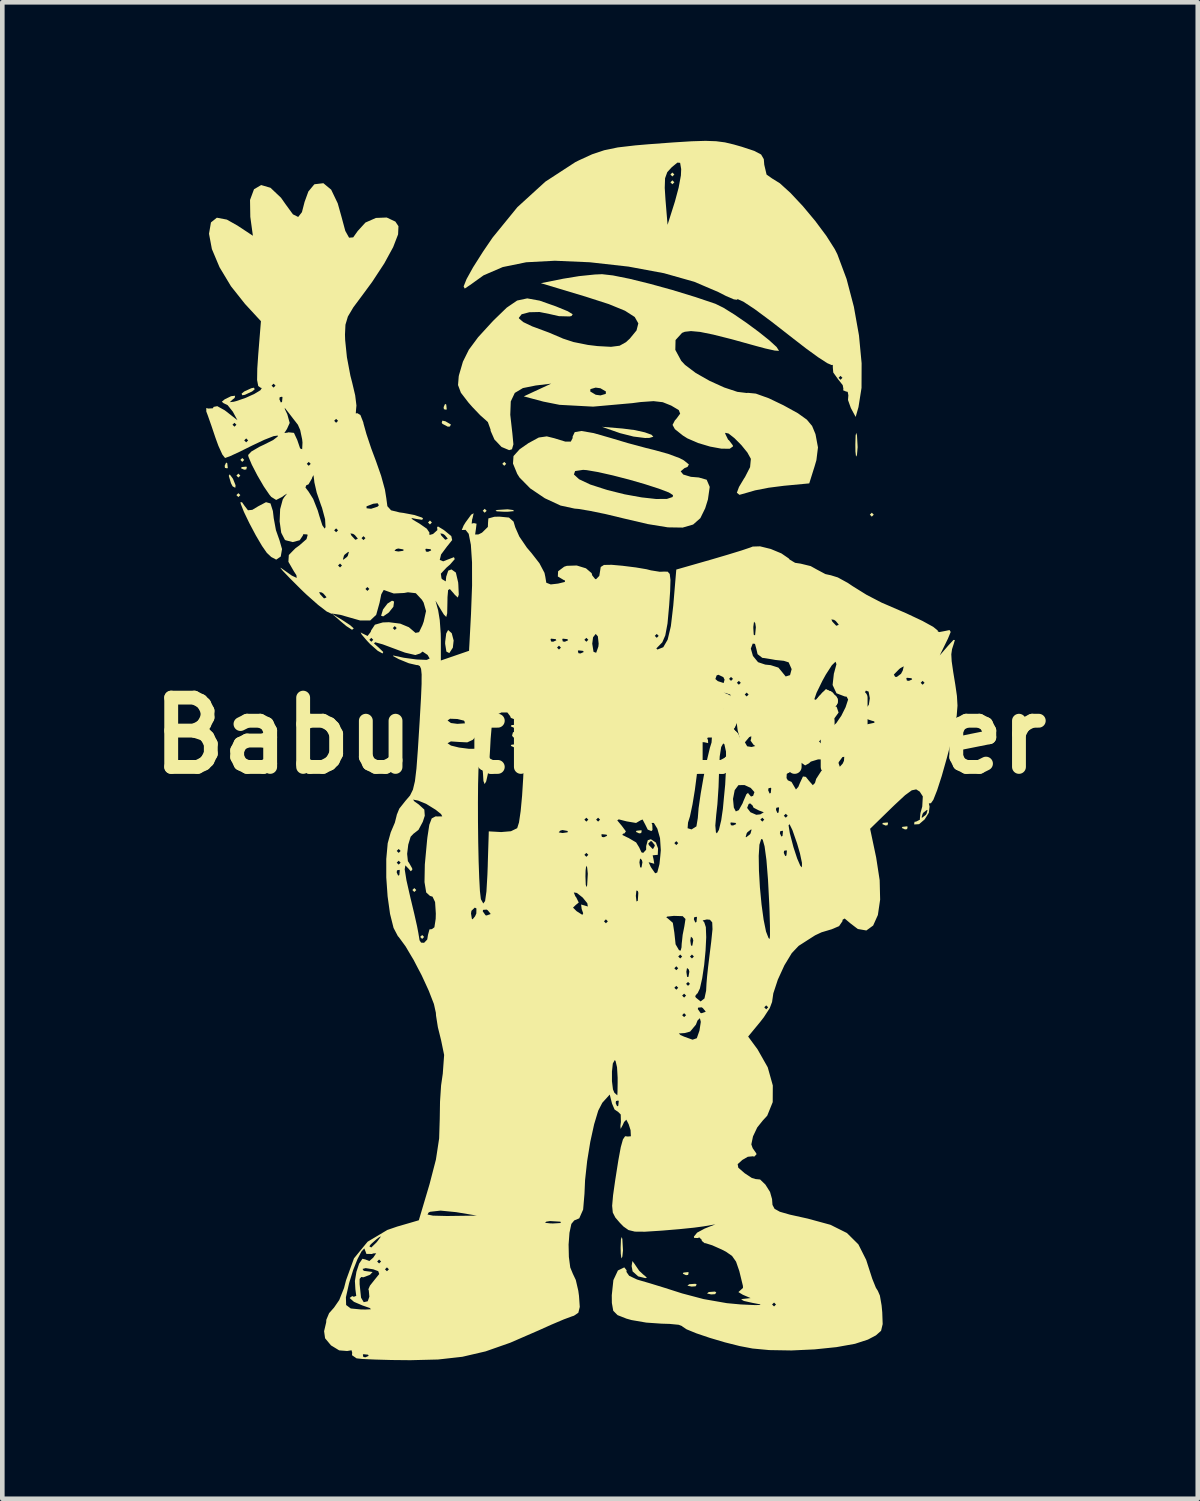
<source format=kicad_pcb>
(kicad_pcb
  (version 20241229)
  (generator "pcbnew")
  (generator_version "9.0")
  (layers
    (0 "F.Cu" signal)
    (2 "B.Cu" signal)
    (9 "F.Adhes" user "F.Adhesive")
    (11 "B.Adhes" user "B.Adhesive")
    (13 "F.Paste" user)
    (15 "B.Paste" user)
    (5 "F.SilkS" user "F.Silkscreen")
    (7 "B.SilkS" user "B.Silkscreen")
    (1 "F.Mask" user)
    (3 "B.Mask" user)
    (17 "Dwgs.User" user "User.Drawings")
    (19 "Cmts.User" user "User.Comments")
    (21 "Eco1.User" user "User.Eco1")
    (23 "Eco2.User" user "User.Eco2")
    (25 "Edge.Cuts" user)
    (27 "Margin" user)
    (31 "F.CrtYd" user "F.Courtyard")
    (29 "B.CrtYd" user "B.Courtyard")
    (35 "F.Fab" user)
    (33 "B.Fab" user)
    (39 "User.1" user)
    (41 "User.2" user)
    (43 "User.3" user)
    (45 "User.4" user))
  (footprint "Babu the Builder"
    (layer "F.Cu")
    (at 9.943 12.878)
    (property "Reference" "Babu the Builder" (at 0 0 0) (layer "F.SilkS") (effects (font (size 1.5 1.5) (thickness 0.3))))
    (attr board_only exclude_from_pos_files exclude_from_bom)
    (fp_poly (pts (xy -7.789 -5.63) (xy -7.832 -5.588) (xy -7.874 -5.63) (xy -7.832 -5.673)) (stroke (width 0) (type solid)) (fill yes) (layer "F.SilkS"))
    (fp_poly (pts (xy -7.789 -5.207) (xy -7.832 -5.165) (xy -7.874 -5.207) (xy -7.832 -5.249)) (stroke (width 0) (type solid)) (fill yes) (layer "F.SilkS"))
    (fp_poly (pts (xy -7.705 -5.969) (xy -7.747 -5.927) (xy -7.789 -5.969) (xy -7.747 -6.011)) (stroke (width 0) (type solid)) (fill yes) (layer "F.SilkS"))
    (fp_poly (pts (xy -3.979 3.344) (xy -4.022 3.387) (xy -4.064 3.344) (xy -4.022 3.302)) (stroke (width 0) (type solid)) (fill yes) (layer "F.SilkS"))
    (fp_poly (pts (xy -3.81 4.36) (xy -3.852 4.403) (xy -3.895 4.36) (xy -3.852 4.318)) (stroke (width 0) (type solid)) (fill yes) (layer "F.SilkS"))
    (fp_poly (pts (xy -3.641 -4.614) (xy -3.683 -4.572) (xy -3.725 -4.614) (xy -3.683 -4.657)) (stroke (width 0) (type solid)) (fill yes) (layer "F.SilkS"))
    (fp_poly (pts (xy -2.455 -4.868) (xy -2.498 -4.826) (xy -2.54 -4.868) (xy -2.498 -4.911)) (stroke (width 0) (type solid)) (fill yes) (layer "F.SilkS"))
    (fp_poly (pts (xy -2.032 -5.884) (xy -2.074 -5.842) (xy -2.117 -5.884) (xy -2.074 -5.927)) (stroke (width 0) (type solid)) (fill yes) (layer "F.SilkS"))
    (fp_poly (pts (xy 1.609 -12.15) (xy 1.566 -12.107) (xy 1.524 -12.15) (xy 1.566 -12.192)) (stroke (width 0) (type solid)) (fill yes) (layer "F.SilkS"))
    (fp_poly (pts (xy 1.609 -11.98) (xy 1.566 -11.938) (xy 1.524 -11.98) (xy 1.566 -12.023)) (stroke (width 0) (type solid)) (fill yes) (layer "F.SilkS"))
    (fp_poly (pts (xy 5.927 -4.784) (xy 5.884 -4.741) (xy 5.842 -4.784) (xy 5.884 -4.826)) (stroke (width 0) (type solid)) (fill yes) (layer "F.SilkS"))
    (fp_poly (pts (xy -8.072 -5.898) (xy -8.061 -5.798) (xy -8.072 -5.786) (xy -8.122 -5.797) (xy -8.128 -5.842) (xy -8.097 -5.912)) (stroke (width 0) (type solid)) (fill yes) (layer "F.SilkS"))
    (fp_poly (pts (xy -7.648 -5.814) (xy -7.66 -5.763) (xy -7.705 -5.757) (xy -7.774 -5.788) (xy -7.761 -5.814) (xy -7.661 -5.824)) (stroke (width 0) (type solid)) (fill yes) (layer "F.SilkS"))
    (fp_poly (pts (xy -3.33 -7.168) (xy -3.32 -7.068) (xy -3.33 -7.056) (xy -3.381 -7.067) (xy -3.387 -7.112) (xy -3.356 -7.182)) (stroke (width 0) (type solid)) (fill yes) (layer "F.SilkS"))
    (fp_poly (pts (xy -1.806 -0.226) (xy -1.818 -0.175) (xy -1.863 -0.169) (xy -1.932 -0.2) (xy -1.919 -0.226) (xy -1.819 -0.236)) (stroke (width 0) (type solid)) (fill yes) (layer "F.SilkS"))
    (fp_poly (pts (xy -1.806 0.198) (xy -1.818 0.248) (xy -1.863 0.254) (xy -1.932 0.223) (xy -1.919 0.198) (xy -1.819 0.187)) (stroke (width 0) (type solid)) (fill yes) (layer "F.SilkS"))
    (fp_poly (pts (xy 0.903 2.06) (xy 0.891 2.111) (xy 0.847 2.117) (xy 0.777 2.086) (xy 0.79 2.06) (xy 0.891 2.05)) (stroke (width 0) (type solid)) (fill yes) (layer "F.SilkS"))
    (fp_poly (pts (xy 1.919 11.628) (xy 1.907 11.678) (xy 1.863 11.684) (xy 1.793 11.653) (xy 1.806 11.628) (xy 1.907 11.617)) (stroke (width 0) (type solid)) (fill yes) (layer "F.SilkS"))
    (fp_poly (pts (xy 2.094 11.887) (xy 2.068 11.925) (xy 1.983 11.931) (xy 1.892 11.911) (xy 1.931 11.88) (xy 2.064 11.87)) (stroke (width 0) (type solid)) (fill yes) (layer "F.SilkS"))
    (fp_poly (pts (xy 2.517 12.056) (xy 2.492 12.095) (xy 2.406 12.101) (xy 2.316 12.08) (xy 2.355 12.049) (xy 2.487 12.039)) (stroke (width 0) (type solid)) (fill yes) (layer "F.SilkS"))
    (fp_poly (pts (xy 6.237 1.891) (xy 6.225 1.941) (xy 6.181 1.947) (xy 6.111 1.916) (xy 6.124 1.891) (xy 6.225 1.881)) (stroke (width 0) (type solid)) (fill yes) (layer "F.SilkS"))
    (fp_poly (pts (xy 6.66 1.976) (xy 6.649 2.026) (xy 6.604 2.032) (xy 6.534 2.001) (xy 6.548 1.976) (xy 6.648 1.965)) (stroke (width 0) (type solid)) (fill yes) (layer "F.SilkS"))
    (fp_poly (pts (xy -7.948 -5.56) (xy -7.892 -5.42) (xy -7.898 -5.366) (xy -7.956 -5.397) (xy -7.991 -5.464) (xy -8.039 -5.625) (xy -8.019 -5.657)) (stroke (width 0) (type solid)) (fill yes) (layer "F.SilkS"))
    (fp_poly (pts (xy -3.349 -6.806) (xy -3.23 -6.737) (xy -3.25 -6.693) (xy -3.297 -6.689) (xy -3.412 -6.75) (xy -3.428 -6.772) (xy -3.415 -6.82)) (stroke (width 0) (type solid)) (fill yes) (layer "F.SilkS"))
    (fp_poly (pts (xy -7.478 -7.498) (xy -7.535 -7.451) (xy -7.69 -7.379) (xy -7.747 -7.369) (xy -7.762 -7.404) (xy -7.705 -7.451) (xy -7.55 -7.522) (xy -7.493 -7.533)) (stroke (width 0) (type solid)) (fill yes) (layer "F.SilkS"))
    (fp_poly (pts (xy -5.567 -2.493) (xy -5.407 -2.387) (xy -5.334 -2.321) (xy -5.334 -2.319) (xy -5.37 -2.291) (xy -5.492 -2.37) (xy -5.6 -2.46) (xy -5.8 -2.635)) (stroke (width 0) (type solid)) (fill yes) (layer "F.SilkS"))
    (fp_poly (pts (xy -4.46 -2.903) (xy -4.475 -2.789) (xy -4.574 -2.665) (xy -4.695 -2.581) (xy -4.741 -2.595) (xy -4.699 -2.731) (xy -4.603 -2.858) (xy -4.504 -2.921)) (stroke (width 0) (type solid)) (fill yes) (layer "F.SilkS"))
    (fp_poly (pts (xy -1.883 -4.884) (xy -1.863 -4.861) (xy -1.985 -4.848) (xy -2.074 -4.847) (xy -2.238 -4.856) (xy -2.263 -4.875) (xy -2.222 -4.886) (xy -2.001 -4.9)) (stroke (width 0) (type solid)) (fill yes) (layer "F.SilkS"))
    (fp_poly (pts (xy -1.729 -0.045) (xy -1.736 0) (xy -1.808 0.081) (xy -1.82 0.085) (xy -1.888 0.026) (xy -1.905 0) (xy -1.885 -0.072) (xy -1.82 -0.085)) (stroke (width 0) (type solid)) (fill yes) (layer "F.SilkS"))
    (fp_poly (pts (xy 0.483 10.901) (xy 0.497 11.148) (xy 0.483 11.282) (xy 0.462 11.322) (xy 0.449 11.216) (xy 0.446 11.091) (xy 0.453 10.908) (xy 0.47 10.858)) (stroke (width 0) (type solid)) (fill yes) (layer "F.SilkS"))
    (fp_poly (pts (xy 5.564 -6.497) (xy 5.578 -6.247) (xy 5.563 -6.074) (xy 5.543 -6.04) (xy 5.53 -6.151) (xy 5.528 -6.308) (xy 5.534 -6.5) (xy 5.549 -6.556)) (stroke (width 0) (type solid)) (fill yes) (layer "F.SilkS"))
    (fp_poly (pts (xy 0.74 11.43) (xy 0.848 11.589) (xy 0.924 11.66) (xy 1.015 11.737) (xy 0.981 11.748) (xy 0.826 11.71) (xy 0.705 11.602) (xy 0.684 11.487) (xy 0.701 11.378)) (stroke (width 0) (type solid)) (fill yes) (layer "F.SilkS"))
    (fp_poly (pts (xy -3.211 -2.216) (xy -3.17 -2.059) (xy -3.187 -1.905) (xy -3.264 -1.786) (xy -3.327 -1.819) (xy -3.354 -1.988) (xy -3.353 -2.032) (xy -3.331 -2.21) (xy -3.29 -2.286) (xy -3.29 -2.286)) (stroke (width 0) (type solid)) (fill yes) (layer "F.SilkS"))
    (fp_poly (pts (xy 0.487 -6.649) (xy 0.753 -6.615) (xy 0.97 -6.566) (xy 1.113 -6.515) (xy 1.154 -6.471) (xy 1.068 -6.446) (xy 0.974 -6.444) (xy 0.725 -6.475) (xy 0.436 -6.548) (xy 0.381 -6.567) (xy 0.042 -6.686)) (stroke (width 0) (type solid)) (fill yes) (layer "F.SilkS"))
    (fp_poly (pts (xy -7.751 -5.051) (xy -7.698 -4.975) (xy -7.624 -4.879) (xy -7.53 -4.888) (xy -7.402 -4.965) (xy -7.233 -5.054) (xy -7.136 -5.027) (xy -7.084 -4.862) (xy -7.066 -4.708) (xy -7.018 -4.448) (xy -6.943 -4.235) (xy -6.941 -4.23) (xy -6.886 -4.038) (xy -6.914 -3.877) (xy -7.012 -3.81) (xy -7.12 -3.867) (xy -7.216 -3.958) (xy -7.319 -4.106) (xy -7.454 -4.336) (xy -7.593 -4.598) (xy -7.71 -4.841) (xy -7.779 -5.014) (xy -7.787 -5.056)) (stroke (width 0) (type solid)) (fill yes) (layer "F.SilkS"))
    (fp_poly (pts (xy -0.138 -6.55) (xy 0.222 -6.447) (xy 0.593 -6.336) (xy 0.991 -6.229) (xy 1.185 -6.181) (xy 1.476 -6.1) (xy 1.718 -6.01) (xy 1.814 -5.96) (xy 1.924 -5.871) (xy 1.895 -5.819) (xy 1.828 -5.791) (xy 1.746 -5.722) (xy 1.802 -5.653) (xy 1.967 -5.603) (xy 2.138 -5.589) (xy 2.309 -5.54) (xy 2.375 -5.385) (xy 2.336 -5.112) (xy 2.277 -4.922) (xy 2.172 -4.708) (xy 2.016 -4.57) (xy 1.79 -4.504) (xy 1.469 -4.509) (xy 1.033 -4.58) (xy 0.508 -4.703) (xy 0.131 -4.794) (xy -0.212 -4.865) (xy -0.468 -4.908) (xy -0.55 -4.915) (xy -0.855 -4.981) (xy -1.195 -5.139) (xy -1.511 -5.352) (xy -1.742 -5.586) (xy -1.785 -5.654) (xy -0.566 -5.654) (xy -0.454 -5.551) (xy -0.213 -5.437) (xy -0.207 -5.435) (xy 0.155 -5.318) (xy 0.534 -5.224) (xy 0.898 -5.158) (xy 1.214 -5.123) (xy 1.449 -5.125) (xy 1.572 -5.166) (xy 1.58 -5.207) (xy 1.491 -5.264) (xy 1.276 -5.346) (xy 0.975 -5.443) (xy 0.629 -5.543) (xy 0.276 -5.634) (xy -0.043 -5.706) (xy -0.288 -5.748) (xy -0.367 -5.754) (xy -0.54 -5.728) (xy -0.566 -5.654) (xy -1.785 -5.654) (xy -1.793 -5.666) (xy -1.885 -5.89) (xy -1.874 -6.052) (xy -1.741 -6.2) (xy -1.55 -6.333) (xy -1.327 -6.454) (xy -1.153 -6.479) (xy -0.991 -6.439) (xy -0.753 -6.366) (xy -0.633 -6.366) (xy -0.594 -6.441) (xy -0.593 -6.477) (xy -0.548 -6.571) (xy -0.403 -6.596)) (stroke (width 0) (type solid)) (fill yes) (layer "F.SilkS"))
    (fp_poly (pts (xy 2.513 -12.87) (xy 2.705 -12.845) (xy 2.894 -12.8) (xy 3.069 -12.75) (xy 3.341 -12.66) (xy 3.488 -12.582) (xy 3.546 -12.482) (xy 3.556 -12.361) (xy 3.606 -12.148) (xy 3.722 -12.066) (xy 3.893 -11.96) (xy 4.126 -11.748) (xy 4.392 -11.464) (xy 4.66 -11.143) (xy 4.9 -10.821) (xy 5.083 -10.533) (xy 5.138 -10.424) (xy 5.338 -9.888) (xy 5.496 -9.287) (xy 5.607 -8.664) (xy 5.664 -8.063) (xy 5.662 -7.529) (xy 5.596 -7.112) (xy 5.535 -6.9) (xy 5.431 -7.093) (xy 5.369 -7.267) (xy 5.377 -7.368) (xy 5.363 -7.443) (xy 5.325 -7.451) (xy 5.259 -7.48) (xy 5.271 -7.5) (xy 5.255 -7.588) (xy 5.155 -7.715) (xy 5.132 -7.747) (xy 5.165 -7.747) (xy 5.207 -7.705) (xy 5.249 -7.747) (xy 5.207 -7.789) (xy 5.165 -7.747) (xy 5.132 -7.747) (xy 5.05 -7.862) (xy 5.041 -7.964) (xy 5.04 -8.027) (xy 5.013 -8.024) (xy 4.919 -8.065) (xy 4.723 -8.192) (xy 4.456 -8.386) (xy 4.181 -8.599) (xy 3.71 -8.966) (xy 3.35 -9.233) (xy 3.105 -9.395) (xy 2.98 -9.451) (xy 2.963 -9.437) (xy 2.897 -9.446) (xy 2.725 -9.52) (xy 2.561 -9.604) (xy 2.042 -9.826) (xy 1.385 -10.012) (xy 0.617 -10.155) (xy -0.221 -10.249) (xy -0.978 -10.282) (xy -1.599 -10.249) (xy -2.107 -10.145) (xy -2.522 -9.966) (xy -2.815 -9.756) (xy -2.93 -9.679) (xy -2.954 -9.726) (xy -2.891 -9.884) (xy -2.749 -10.14) (xy -2.534 -10.479) (xy -2.326 -10.784) (xy -1.79 -11.442) (xy -1.333 -11.859) (xy 1.401 -11.859) (xy 1.417 -11.605) (xy 1.462 -11.06) (xy 1.621 -11.563) (xy 1.702 -11.865) (xy 1.751 -12.129) (xy 1.757 -12.266) (xy 1.734 -12.402) (xy 1.675 -12.407) (xy 1.554 -12.308) (xy 1.456 -12.201) (xy 1.408 -12.068) (xy 1.401 -11.859) (xy -1.333 -11.859) (xy -1.182 -11.996) (xy -0.537 -12.416) (xy -0.455 -12.457) (xy -0.172 -12.587) (xy 0.091 -12.675) (xy 0.385 -12.736) (xy 0.765 -12.78) (xy 1.045 -12.804) (xy 1.583 -12.844) (xy 1.985 -12.869) (xy 2.284 -12.878)) (stroke (width 0) (type solid)) (fill yes) (layer "F.SilkS"))
    (fp_poly (pts (xy 0.279 -9.964) (xy 0.637 -9.892) (xy 1.079 -9.783) (xy 1.568 -9.648) (xy 2.065 -9.496) (xy 2.498 -9.35) (xy 2.669 -9.266) (xy 2.906 -9.119) (xy 3.173 -8.936) (xy 3.437 -8.741) (xy 3.665 -8.559) (xy 3.822 -8.415) (xy 3.874 -8.335) (xy 3.872 -8.331) (xy 3.783 -8.337) (xy 3.58 -8.382) (xy 3.383 -8.435) (xy 2.849 -8.583) (xy 2.451 -8.683) (xy 2.166 -8.741) (xy 1.969 -8.759) (xy 1.836 -8.744) (xy 1.776 -8.72) (xy 1.635 -8.565) (xy 1.63 -8.352) (xy 1.758 -8.115) (xy 1.841 -8.026) (xy 2.072 -7.852) (xy 2.371 -7.682) (xy 2.688 -7.538) (xy 2.974 -7.443) (xy 3.179 -7.418) (xy 3.201 -7.422) (xy 3.374 -7.405) (xy 3.655 -7.304) (xy 3.972 -7.152) (xy 4.284 -6.98) (xy 4.478 -6.841) (xy 4.592 -6.704) (xy 4.663 -6.533) (xy 4.667 -6.518) (xy 4.719 -6.24) (xy 4.685 -5.964) (xy 4.646 -5.83) (xy 4.53 -5.461) (xy 3.979 -5.409) (xy 3.651 -5.367) (xy 3.358 -5.31) (xy 3.196 -5.263) (xy 3.019 -5.213) (xy 2.963 -5.258) (xy 2.963 -5.26) (xy 3.009 -5.384) (xy 3.12 -5.57) (xy 3.138 -5.596) (xy 3.249 -5.813) (xy 3.266 -5.993) (xy 3.264 -5.996) (xy 3.19 -6.13) (xy 3.06 -6.29) (xy 2.912 -6.439) (xy 2.784 -6.54) (xy 2.714 -6.556) (xy 2.709 -6.54) (xy 2.772 -6.41) (xy 2.794 -6.392) (xy 2.875 -6.285) (xy 2.879 -6.262) (xy 2.808 -6.211) (xy 2.627 -6.213) (xy 2.382 -6.258) (xy 2.121 -6.336) (xy 1.889 -6.437) (xy 1.794 -6.497) (xy 1.621 -6.635) (xy 1.57 -6.727) (xy 1.619 -6.822) (xy 1.653 -6.86) (xy 1.735 -6.971) (xy 1.705 -7.048) (xy 1.544 -7.144) (xy 1.535 -7.148) (xy 1.358 -7.219) (xy 1.158 -7.242) (xy 0.876 -7.222) (xy 0.702 -7.199) (xy -0.15 -7.123) (xy -0.877 -7.162) (xy -1.228 -7.232) (xy -1.651 -7.345) (xy -1.425 -7.451) (xy -0.212 -7.451) (xy -0.093 -7.38) (xy 0.01 -7.366) (xy 0.124 -7.399) (xy 0.127 -7.451) (xy 0.008 -7.521) (xy -0.095 -7.535) (xy -0.209 -7.502) (xy -0.212 -7.451) (xy -1.425 -7.451) (xy -1.355 -7.483) (xy -1.058 -7.621) (xy -1.391 -7.581) (xy -1.67 -7.525) (xy -1.846 -7.42) (xy -1.933 -7.236) (xy -1.944 -6.946) (xy -1.898 -6.54) (xy -1.876 -6.307) (xy -1.907 -6.2) (xy -1.968 -6.181) (xy -2.133 -6.25) (xy -2.287 -6.412) (xy -2.369 -6.598) (xy -2.371 -6.628) (xy -2.429 -6.788) (xy -2.477 -6.833) (xy -2.592 -6.934) (xy -2.764 -7.114) (xy -2.85 -7.212) (xy -3.013 -7.424) (xy -3.075 -7.59) (xy -3.06 -7.779) (xy -3.054 -7.807) (xy -2.969 -8.097) (xy -2.841 -8.355) (xy -2.641 -8.625) (xy -2.341 -8.953) (xy -2.3 -8.996) (xy -2.02 -9.267) (xy -1.796 -9.42) (xy -1.576 -9.467) (xy -1.307 -9.418) (xy -0.956 -9.294) (xy -0.7 -9.189) (xy -0.592 -9.123) (xy -0.618 -9.085) (xy -0.661 -9.076) (xy -0.889 -9.082) (xy -1.092 -9.128) (xy -1.311 -9.172) (xy -1.531 -9.167) (xy -1.698 -9.123) (xy -1.758 -9.046) (xy -1.756 -9.034) (xy -1.663 -8.954) (xy -1.469 -8.861) (xy -1.392 -8.833) (xy -1.105 -8.726) (xy -0.836 -8.612) (xy -0.804 -8.597) (xy -0.576 -8.522) (xy -0.262 -8.459) (xy -0.054 -8.434) (xy 0.238 -8.418) (xy 0.424 -8.442) (xy 0.56 -8.518) (xy 0.644 -8.595) (xy 0.79 -8.773) (xy 0.829 -8.926) (xy 0.751 -9.064) (xy 0.541 -9.199) (xy 0.19 -9.343) (xy -0.316 -9.506) (xy -0.323 -9.508) (xy -1.281 -9.796) (xy -0.796 -9.893) (xy -0.453 -9.949) (xy -0.113 -9.984) (xy 0.044 -9.991)) (stroke (width 0) (type solid)) (fill yes) (layer "F.SilkS"))
    (fp_poly (pts (xy -5.822 -11.821) (xy -5.68 -11.525) (xy -5.599 -11.236) (xy -5.516 -10.928) (xy -5.434 -10.781) (xy -5.345 -10.788) (xy -5.247 -10.926) (xy -5.08 -11.109) (xy -4.853 -11.209) (xy -4.619 -11.218) (xy -4.432 -11.13) (xy -4.365 -11.03) (xy -4.373 -10.853) (xy -4.48 -10.576) (xy -4.672 -10.224) (xy -4.935 -9.823) (xy -5.138 -9.547) (xy -5.342 -9.273) (xy -5.46 -9.074) (xy -5.513 -8.896) (xy -5.523 -8.683) (xy -5.519 -8.563) (xy -5.481 -8.192) (xy -5.406 -7.794) (xy -5.367 -7.643) (xy -5.302 -7.368) (xy -5.275 -7.148) (xy -5.283 -7.061) (xy -5.289 -6.976) (xy -5.255 -6.981) (xy -5.189 -6.942) (xy -5.127 -6.784) (xy -5.121 -6.753) (xy -5.058 -6.528) (xy -4.955 -6.219) (xy -4.852 -5.944) (xy -4.74 -5.624) (xy -4.658 -5.326) (xy -4.628 -5.139) (xy -4.605 -4.967) (xy -4.525 -4.878) (xy -4.339 -4.832) (xy -4.256 -4.821) (xy -4.019 -4.776) (xy -3.858 -4.722) (xy -3.833 -4.704) (xy -3.851 -4.672) (xy -3.979 -4.691) (xy -4.087 -4.712) (xy -4.056 -4.676) (xy -3.913 -4.592) (xy -3.75 -4.479) (xy -3.691 -4.389) (xy -3.698 -4.373) (xy -3.691 -4.344) (xy -3.617 -4.365) (xy -3.602 -4.378) (xy -3.458 -4.378) (xy -3.437 -4.331) (xy -3.352 -4.24) (xy -3.303 -4.259) (xy -3.302 -4.271) (xy -3.362 -4.342) (xy -3.4 -4.368) (xy -3.458 -4.378) (xy -3.602 -4.378) (xy -3.522 -4.45) (xy -3.528 -4.511) (xy -3.51 -4.529) (xy -3.392 -4.458) (xy -3.365 -4.438) (xy -3.221 -4.32) (xy -3.202 -4.234) (xy -3.298 -4.113) (xy -3.309 -4.101) (xy -3.442 -3.922) (xy -3.471 -3.803) (xy -3.396 -3.773) (xy -3.302 -3.81) (xy -3.163 -3.863) (xy -3.146 -3.821) (xy -3.249 -3.703) (xy -3.323 -3.639) (xy -3.447 -3.506) (xy -3.433 -3.403) (xy -3.416 -3.384) (xy -3.341 -3.339) (xy -3.331 -3.441) (xy -3.287 -3.572) (xy -3.217 -3.598) (xy -3.122 -3.53) (xy -3.072 -3.315) (xy -3.068 -3.26) (xy -3.059 -3.052) (xy -3.08 -2.989) (xy -3.144 -3.048) (xy -3.174 -3.085) (xy -3.252 -3.173) (xy -3.29 -3.151) (xy -3.303 -2.997) (xy -3.305 -2.874) (xy -3.31 -2.647) (xy -3.33 -2.569) (xy -3.381 -2.62) (xy -3.436 -2.709) (xy -3.563 -2.921) (xy -3.505 -2.71) (xy -3.471 -2.501) (xy -3.45 -2.21) (xy -3.447 -2.063) (xy -3.447 -1.626) (xy -3.142 -1.731) (xy -2.843 -1.834) (xy -0.48 -1.834) (xy -0.468 -1.784) (xy -0.423 -1.778) (xy -0.354 -1.809) (xy -0.367 -1.834) (xy -0.467 -1.845) (xy -0.48 -1.834) (xy -2.843 -1.834) (xy -2.836 -1.837) (xy -2.833 -1.905) (xy -0.931 -1.905) (xy -0.889 -1.863) (xy -0.847 -1.905) (xy -0.889 -1.947) (xy -0.931 -1.905) (xy -2.833 -1.905) (xy -2.828 -1.99) (xy -0.169 -1.99) (xy -0.141 -1.814) (xy -0.084 -1.793) (xy -0.036 -1.927) (xy -0.03 -1.99) (xy -0.047 -2.148) (xy -0.056 -2.159) (xy 1.185 -2.159) (xy 1.228 -2.117) (xy 1.27 -2.159) (xy 1.228 -2.201) (xy 1.185 -2.159) (xy -0.056 -2.159) (xy -0.094 -2.201) (xy -0.151 -2.129) (xy -0.169 -1.99) (xy -2.828 -1.99) (xy -2.823 -2.088) (xy -1.072 -2.088) (xy -1.061 -2.038) (xy -1.016 -2.032) (xy -0.946 -2.063) (xy -0.96 -2.088) (xy -0.818 -2.088) (xy -0.807 -2.038) (xy -0.762 -2.032) (xy -0.692 -2.063) (xy -0.698 -2.074) (xy -0.339 -2.074) (xy -0.296 -2.032) (xy -0.254 -2.074) (xy -0.296 -2.117) (xy -0.339 -2.074) (xy -0.698 -2.074) (xy -0.706 -2.088) (xy -0.806 -2.099) (xy -0.818 -2.088) (xy -0.96 -2.088) (xy -1.06 -2.099) (xy -1.072 -2.088) (xy -2.823 -2.088) (xy -2.794 -2.633) (xy -2.771 -3.25) (xy -2.772 -3.753) (xy -2.797 -4.131) (xy -2.844 -4.369) (xy -2.913 -4.456) (xy -2.931 -4.453) (xy -2.994 -4.452) (xy -2.953 -4.551) (xy -2.912 -4.617) (xy -2.79 -4.784) (xy -2.737 -4.814) (xy -2.761 -4.705) (xy -2.769 -4.685) (xy -2.78 -4.59) (xy -2.732 -4.601) (xy -2.674 -4.588) (xy -2.687 -4.478) (xy -2.705 -4.354) (xy -2.632 -4.356) (xy -2.556 -4.394) (xy -2.429 -4.518) (xy -2.425 -4.616) (xy -2.418 -4.702) (xy -2.288 -4.738) (xy -2.179 -4.741) (xy -1.972 -4.721) (xy -1.873 -4.634) (xy -1.835 -4.508) (xy -1.748 -4.31) (xy -1.584 -4.069) (xy -1.485 -3.953) (xy -1.312 -3.731) (xy -1.203 -3.524) (xy -1.185 -3.439) (xy -1.164 -3.31) (xy -1.068 -3.273) (xy -0.91 -3.291) (xy -0.761 -3.327) (xy -0.761 -3.361) (xy -0.783 -3.367) (xy -0.914 -3.445) (xy -0.908 -3.558) (xy -0.776 -3.657) (xy -0.718 -3.676) (xy -0.505 -3.683) (xy -0.305 -3.622) (xy -0.182 -3.517) (xy -0.169 -3.468) (xy -0.105 -3.389) (xy -0.085 -3.387) (xy -0.016 -3.458) (xy 0 -3.557) (xy 0.015 -3.651) (xy 0.085 -3.695) (xy 0.251 -3.698) (xy 0.487 -3.677) (xy 0.776 -3.641) (xy 1.007 -3.602) (xy 1.101 -3.578) (xy 1.294 -3.547) (xy 1.389 -3.551) (xy 1.465 -3.549) (xy 1.509 -3.5) (xy 1.525 -3.371) (xy 1.518 -3.131) (xy 1.497 -2.824) (xy 1.461 -2.427) (xy 1.413 -2.17) (xy 1.348 -2.019) (xy 1.299 -1.969) (xy 1.219 -1.887) (xy 1.243 -1.863) (xy 1.295 -1.884) (xy 3.265 -1.884) (xy 3.311 -1.724) (xy 3.421 -1.59) (xy 3.423 -1.589) (xy 3.578 -1.537) (xy 3.695 -1.525) (xy 3.862 -1.472) (xy 3.925 -1.397) (xy 4.02 -1.28) (xy 4.114 -1.309) (xy 4.149 -1.439) (xy 4.084 -1.586) (xy 3.979 -1.619) (xy 3.796 -1.638) (xy 3.725 -1.651) (xy 3.567 -1.677) (xy 3.514 -1.683) (xy 3.411 -1.763) (xy 3.387 -1.868) (xy 3.355 -1.986) (xy 3.306 -1.992) (xy 3.265 -1.884) (xy 1.295 -1.884) (xy 1.369 -1.913) (xy 1.464 -2.077) (xy 1.524 -2.328) (xy 3.319 -2.328) (xy 3.328 -2.184) (xy 3.354 -2.171) (xy 3.358 -2.179) (xy 3.374 -2.347) (xy 3.361 -2.433) (xy 3.334 -2.467) (xy 3.319 -2.355) (xy 3.319 -2.328) (xy 1.524 -2.328) (xy 1.534 -2.373) (xy 1.551 -2.516) (xy 5.009 -2.516) (xy 5.03 -2.468) (xy 5.115 -2.378) (xy 5.164 -2.396) (xy 5.165 -2.408) (xy 5.105 -2.48) (xy 5.067 -2.506) (xy 5.009 -2.516) (xy 1.551 -2.516) (xy 1.586 -2.818) (xy 1.588 -2.844) (xy 1.651 -3.595) (xy 2.413 -3.813) (xy 2.762 -3.916) (xy 3.059 -4.007) (xy 3.258 -4.074) (xy 3.306 -4.093) (xy 3.465 -4.098) (xy 3.696 -4.041) (xy 3.927 -3.945) (xy 4.086 -3.836) (xy 4.106 -3.811) (xy 4.224 -3.741) (xy 4.344 -3.723) (xy 4.561 -3.67) (xy 4.694 -3.596) (xy 4.88 -3.497) (xy 4.999 -3.471) (xy 5.148 -3.425) (xy 5.365 -3.306) (xy 5.469 -3.236) (xy 5.768 -3.05) (xy 6.099 -2.878) (xy 6.181 -2.843) (xy 6.631 -2.648) (xy 6.981 -2.483) (xy 7.214 -2.355) (xy 7.313 -2.275) (xy 7.311 -2.26) (xy 7.342 -2.241) (xy 7.451 -2.261) (xy 7.568 -2.285) (xy 7.593 -2.244) (xy 7.534 -2.101) (xy 7.496 -2.023) (xy 7.356 -1.736) (xy 7.538 -1.947) (xy 7.654 -2.072) (xy 7.683 -2.069) (xy 7.66 -1.99) (xy 7.622 -1.872) (xy 7.606 -1.761) (xy 7.614 -1.61) (xy 7.648 -1.374) (xy 7.693 -1.101) (xy 7.728 -0.858) (xy 7.74 -0.649) (xy 7.723 -0.431) (xy 7.673 -0.161) (xy 7.584 0.203) (xy 7.508 0.49) (xy 7.399 0.875) (xy 7.299 1.184) (xy 7.217 1.391) (xy 7.164 1.466) (xy 7.158 1.464) (xy 7.12 1.469) (xy 7.135 1.537) (xy 7.12 1.671) (xy 7.029 1.815) (xy 6.909 1.918) (xy 6.807 1.924) (xy 6.801 1.919) (xy 6.81 1.867) (xy 6.844 1.863) (xy 6.926 1.821) (xy 6.926 1.799) (xy 6.928 1.772) (xy 6.963 1.772) (xy 6.975 1.778) (xy 7.052 1.718) (xy 7.07 1.693) (xy 7.091 1.614) (xy 7.08 1.609) (xy 7.002 1.668) (xy 6.985 1.693) (xy 6.963 1.772) (xy 6.928 1.772) (xy 6.938 1.678) (xy 6.977 1.536) (xy 6.989 1.317) (xy 6.922 1.213) (xy 6.846 1.165) (xy 6.75 1.185) (xy 6.605 1.291) (xy 6.38 1.5) (xy 6.324 1.554) (xy 5.848 2.018) (xy 5.979 2.639) (xy 6.055 3.132) (xy 6.065 3.552) (xy 6.016 3.885) (xy 5.914 4.113) (xy 5.767 4.22) (xy 5.581 4.188) (xy 5.419 4.064) (xy 5.297 3.961) (xy 5.252 3.988) (xy 5.249 4.02) (xy 5.176 4.126) (xy 5.016 4.194) (xy 4.795 4.26) (xy 4.657 4.325) (xy 4.494 4.429) (xy 4.301 4.553) (xy 4.152 4.71) (xy 3.992 4.974) (xy 3.85 5.284) (xy 3.752 5.582) (xy 3.725 5.768) (xy 3.675 5.901) (xy 3.546 6.1) (xy 3.466 6.203) (xy 3.207 6.517) (xy 3.41 6.793) (xy 3.631 7.183) (xy 3.741 7.576) (xy 3.739 7.937) (xy 3.62 8.231) (xy 3.526 8.333) (xy 3.404 8.485) (xy 3.312 8.679) (xy 3.276 8.852) (xy 3.305 8.934) (xy 3.384 9.047) (xy 3.387 9.069) (xy 3.336 9.119) (xy 3.314 9.109) (xy 3.2 9.12) (xy 3.082 9.188) (xy 2.98 9.28) (xy 2.994 9.357) (xy 3.131 9.476) (xy 3.287 9.579) (xy 3.377 9.605) (xy 3.379 9.604) (xy 3.466 9.612) (xy 3.581 9.723) (xy 3.681 9.882) (xy 3.725 10.038) (xy 3.725 10.041) (xy 3.734 10.162) (xy 3.779 10.247) (xy 3.894 10.311) (xy 4.11 10.373) (xy 4.457 10.45) (xy 4.494 10.458) (xy 4.989 10.593) (xy 5.346 10.771) (xy 5.594 11.017) (xy 5.763 11.353) (xy 5.809 11.497) (xy 5.895 11.763) (xy 5.973 11.956) (xy 6.016 12.024) (xy 6.06 12.127) (xy 6.097 12.341) (xy 6.111 12.489) (xy 6.12 12.743) (xy 6.085 12.889) (xy 5.973 12.988) (xy 5.8 13.079) (xy 5.521 13.17) (xy 5.12 13.242) (xy 4.645 13.291) (xy 4.144 13.314) (xy 3.663 13.306) (xy 3.302 13.272) (xy 3.024 13.219) (xy 2.702 13.138) (xy 2.375 13.041) (xy 2.085 12.943) (xy 1.873 12.856) (xy 1.779 12.793) (xy 1.778 12.787) (xy 1.702 12.758) (xy 1.505 12.739) (xy 1.333 12.734) (xy 1.002 12.711) (xy 0.682 12.656) (xy 0.572 12.625) (xy 0.379 12.549) (xy 0.286 12.455) (xy 0.256 12.286) (xy 0.254 12.118) (xy 0.289 11.791) (xy 0.387 11.582) (xy 0.525 11.515) (xy 0.575 11.578) (xy 0.572 11.614) (xy 0.63 11.697) (xy 0.801 11.778) (xy 0.847 11.792) (xy 1.074 11.858) (xy 1.396 11.957) (xy 1.746 12.069) (xy 1.778 12.079) (xy 2.243 12.202) (xy 2.746 12.29) (xy 3.048 12.318) (xy 3.342 12.331) (xy 3.476 12.33) (xy 3.464 12.319) (xy 3.725 12.319) (xy 3.768 12.361) (xy 3.81 12.319) (xy 3.768 12.277) (xy 3.725 12.319) (xy 3.464 12.319) (xy 3.459 12.314) (xy 3.302 12.284) (xy 3.115 12.242) (xy 3.055 12.21) (xy 3.09 12.199) (xy 3.26 12.18) (xy 3.09 12.107) (xy 2.996 12.05) (xy 3.019 12.029) (xy 3.095 11.96) (xy 3.094 11.917) (xy 3.015 11.593) (xy 2.945 11.391) (xy 2.858 11.267) (xy 2.727 11.176) (xy 2.638 11.13) (xy 2.429 11.037) (xy 2.286 10.992) (xy 2.265 10.991) (xy 2.204 10.942) (xy 2.201 10.917) (xy 2.149 10.866) (xy 2.117 10.88) (xy 2.038 10.877) (xy 2.032 10.849) (xy 2.102 10.763) (xy 2.265 10.675) (xy 2.498 10.583) (xy 2.244 10.627) (xy 2.037 10.655) (xy 1.723 10.687) (xy 1.366 10.717) (xy 1.312 10.721) (xy 0.972 10.743) (xy 0.755 10.741) (xy 0.616 10.707) (xy 0.508 10.631) (xy 0.43 10.551) (xy 0.331 10.436) (xy 0.276 10.328) (xy 0.262 10.182) (xy 0.282 9.954) (xy 0.328 9.631) (xy 0.396 9.199) (xy 0.449 8.911) (xy 0.496 8.744) (xy 0.543 8.675) (xy 0.596 8.681) (xy 0.599 8.682) (xy 0.668 8.676) (xy 0.661 8.544) (xy 0.62 8.416) (xy 0.569 8.317) (xy 0.52 8.368) (xy 0.492 8.431) (xy 0.446 8.517) (xy 0.441 8.452) (xy 0.452 8.365) (xy 0.448 8.205) (xy 0.397 8.153) (xy 0.314 8.096) (xy 0.261 7.972) (xy 0.257 7.959) (xy 0.339 7.959) (xy 0.37 8.028) (xy 0.395 8.015) (xy 0.405 7.915) (xy 0.395 7.902) (xy 0.345 7.914) (xy 0.339 7.959) (xy 0.257 7.959) (xy 0.21 7.773) (xy 0.049 7.951) (xy -0.039 8.121) (xy -0.128 8.417) (xy -0.211 8.795) (xy -0.279 9.212) (xy -0.324 9.625) (xy -0.337 9.92) (xy -0.366 10.263) (xy -0.45 10.453) (xy -0.559 10.499) (xy -0.621 10.574) (xy -0.662 10.766) (xy -0.681 11.021) (xy -0.675 11.289) (xy -0.645 11.517) (xy -0.589 11.653) (xy -0.588 11.655) (xy -0.525 11.788) (xy -0.471 12.021) (xy -0.456 12.13) (xy -0.439 12.371) (xy -0.47 12.498) (xy -0.565 12.562) (xy -0.609 12.576) (xy -0.786 12.642) (xy -1.055 12.756) (xy -1.326 12.878) (xy -1.945 13.147) (xy -2.478 13.334) (xy -2.981 13.451) (xy -3.507 13.51) (xy -4.106 13.525) (xy -4.517 13.521) (xy -4.874 13.511) (xy -5.14 13.499) (xy -5.272 13.485) (xy -5.371 13.417) (xy -5.37 13.406) (xy -5.136 13.406) (xy -5.125 13.456) (xy -5.08 13.462) (xy -5.01 13.431) (xy -5.024 13.406) (xy -5.124 13.395) (xy -5.136 13.406) (xy -5.37 13.406) (xy -5.367 13.362) (xy -5.381 13.31) (xy -5.476 13.326) (xy -5.649 13.312) (xy -5.826 13.204) (xy -5.954 13.05) (xy -5.975 12.898) (xy -5.975 12.896) (xy -5.93 12.705) (xy -5.927 12.65) (xy -5.867 12.507) (xy -5.76 12.386) (xy -5.647 12.222) (xy -5.624 12.163) (xy -5.503 12.163) (xy -5.498 12.33) (xy -5.398 12.405) (xy -5.181 12.426) (xy -5.08 12.428) (xy -4.96 12.422) (xy -4.985 12.395) (xy -5.144 12.34) (xy -5.329 12.261) (xy -5.417 12.183) (xy -5.419 12.175) (xy -5.366 12.137) (xy -5.331 12.152) (xy -5.279 12.132) (xy -5.298 11.986) (xy -5.304 11.877) (xy -5.206 11.877) (xy -5.185 12.077) (xy -5.175 12.171) (xy -5.117 12.269) (xy -5.03 12.249) (xy -4.995 12.15) (xy -5.007 12.016) (xy -5.016 11.989) (xy -4.982 11.91) (xy -4.883 11.785) (xy -4.781 11.659) (xy -4.803 11.597) (xy -4.911 11.557) (xy -4.657 11.557) (xy -4.614 11.599) (xy -4.572 11.557) (xy -4.614 11.515) (xy -4.657 11.557) (xy -4.911 11.557) (xy -4.911 11.557) (xy -5.074 11.531) (xy -5.143 11.549) (xy -5.116 11.59) (xy -5.031 11.601) (xy -4.925 11.615) (xy -4.977 11.671) (xy -4.991 11.68) (xy -5.126 11.73) (xy -5.17 11.723) (xy -5.206 11.765) (xy -5.206 11.877) (xy -5.304 11.877) (xy -5.308 11.81) (xy -5.275 11.61) (xy -5.216 11.433) (xy -5.185 11.388) (xy -4.826 11.388) (xy -4.784 11.43) (xy -4.741 11.388) (xy -4.784 11.345) (xy -4.826 11.388) (xy -5.185 11.388) (xy -5.145 11.329) (xy -5.081 11.344) (xy -4.996 11.378) (xy -4.912 11.305) (xy -4.847 11.21) (xy -4.908 11.213) (xy -4.941 11.225) (xy -5.059 11.224) (xy -5.08 11.166) (xy -5.104 11.105) (xy -5.167 11.172) (xy -5.253 11.338) (xy -5.345 11.57) (xy -5.428 11.837) (xy -5.437 11.871) (xy -5.503 12.163) (xy -5.624 12.163) (xy -5.543 11.961) (xy -5.5 11.794) (xy -5.328 11.32) (xy -5.115 11.059) (xy -4.995 11.059) (xy -4.954 11.085) (xy -4.842 10.976) (xy -4.815 10.943) (xy -4.742 10.843) (xy -4.786 10.864) (xy -4.847 10.911) (xy -4.964 11.016) (xy -4.995 11.059) (xy -5.115 11.059) (xy -5.032 10.959) (xy -4.606 10.705) (xy -4.394 10.632) (xy -4.111 10.55) (xy -1.191 10.55) (xy -1.073 10.563) (xy -1.016 10.564) (xy -0.862 10.555) (xy -0.844 10.533) (xy -0.868 10.525) (xy -1.083 10.512) (xy -1.164 10.525) (xy -1.191 10.55) (xy -4.111 10.55) (xy -3.924 10.495) (xy -3.887 10.371) (xy -3.736 10.371) (xy -3.617 10.395) (xy -3.342 10.402) (xy -3.26 10.402) (xy -2.667 10.394) (xy -3.118 10.319) (xy -3.453 10.286) (xy -3.677 10.311) (xy -3.711 10.326) (xy -3.736 10.371) (xy -3.887 10.371) (xy -3.692 9.714) (xy -3.554 9.182) (xy -3.484 8.723) (xy -3.471 8.297) (xy -3.465 7.928) (xy -3.442 7.576) (xy -3.405 7.319) (xy -3.402 7.275) (xy 0.258 7.275) (xy 0.258 7.484) (xy 0.28 7.662) (xy 0.31 7.733) (xy 0.372 7.788) (xy 0.374 7.789) (xy 0.378 7.714) (xy 0.381 7.522) (xy 0.381 7.408) (xy 0.368 7.181) (xy 0.336 7.045) (xy 0.318 7.027) (xy 0.277 7.1) (xy 0.258 7.275) (xy -3.402 7.275) (xy -3.376 6.916) (xy -3.441 6.6) (xy -3.478 6.45) (xy 1.706 6.45) (xy 1.741 6.484) (xy 1.82 6.519) (xy 2.004 6.585) (xy 2.095 6.553) (xy 2.15 6.397) (xy 2.154 6.382) (xy 2.182 6.199) (xy 2.162 6.119) (xy 2.111 6.169) (xy 2.076 6.259) (xy 1.951 6.409) (xy 1.836 6.441) (xy 1.706 6.45) (xy -3.478 6.45) (xy -3.511 6.318) (xy -3.551 6.066) (xy -3.552 6.054) (xy 1.778 6.054) (xy 1.82 6.096) (xy 1.863 6.054) (xy 1.82 6.011) (xy 1.778 6.054) (xy -3.552 6.054) (xy -3.555 6.002) (xy -3.573 5.922) (xy 2.117 5.922) (xy 2.178 6.008) (xy 2.201 6.011) (xy 2.284 5.982) (xy 2.286 5.974) (xy 2.227 5.902) (xy 2.201 5.884) (xy 3.556 5.884) (xy 3.598 5.927) (xy 3.641 5.884) (xy 3.598 5.842) (xy 3.556 5.884) (xy 2.201 5.884) (xy 2.123 5.891) (xy 2.117 5.922) (xy -3.573 5.922) (xy -3.597 5.813) (xy -3.668 5.63) (xy 1.778 5.63) (xy 1.82 5.673) (xy 1.852 5.641) (xy 2.06 5.641) (xy 2.074 5.673) (xy 2.177 5.757) (xy 2.261 5.692) (xy 2.297 5.524) (xy 2.305 5.37) (xy 2.318 5.215) (xy 2.34 5.011) (xy 2.376 4.715) (xy 2.407 4.466) (xy 2.435 4.192) (xy 2.429 4.045) (xy 2.38 3.988) (xy 2.313 3.981) (xy 2.222 4.003) (xy 2.257 4.044) (xy 2.291 4.148) (xy 2.299 4.367) (xy 2.285 4.655) (xy 2.255 4.966) (xy 2.212 5.255) (xy 2.162 5.477) (xy 2.11 5.584) (xy 2.099 5.588) (xy 2.06 5.641) (xy 1.852 5.641) (xy 1.863 5.63) (xy 1.82 5.588) (xy 1.778 5.63) (xy -3.668 5.63) (xy -3.707 5.529) (xy -3.738 5.461) (xy 1.609 5.461) (xy 1.651 5.503) (xy 1.693 5.461) (xy 1.651 5.419) (xy 1.609 5.461) (xy -3.738 5.461) (xy -3.777 5.376) (xy 1.863 5.376) (xy 1.905 5.419) (xy 1.947 5.376) (xy 1.905 5.334) (xy 1.863 5.376) (xy -3.777 5.376) (xy -3.861 5.194) (xy -3.902 5.115) (xy 1.869 5.115) (xy 1.885 5.225) (xy 1.914 5.226) (xy 1.934 5.113) (xy 1.921 5.064) (xy 1.883 5.032) (xy 1.869 5.115) (xy -3.902 5.115) (xy -3.943 5.038) (xy 1.609 5.038) (xy 1.651 5.08) (xy 1.693 5.038) (xy 1.651 4.995) (xy 1.609 5.038) (xy -3.943 5.038) (xy -4.037 4.857) (xy -4.081 4.784) (xy 1.693 4.784) (xy 1.736 4.826) (xy 1.778 4.784) (xy 1.947 4.784) (xy 1.99 4.826) (xy 2.032 4.784) (xy 1.99 4.741) (xy 1.947 4.784) (xy 1.778 4.784) (xy 1.736 4.741) (xy 1.693 4.784) (xy -4.081 4.784) (xy -4.211 4.564) (xy -4.359 4.362) (xy -4.377 4.344) (xy -4.471 4.165) (xy -4.547 3.862) (xy -4.6 3.482) (xy -4.629 3.07) (xy -4.629 2.963) (xy -4.403 2.963) (xy -4.372 3.033) (xy -4.346 3.02) (xy -4.336 2.919) (xy -4.346 2.907) (xy -4.397 2.919) (xy -4.403 2.963) (xy -4.629 2.963) (xy -4.629 2.894) (xy -4.23 2.894) (xy -4.192 3.133) (xy -4.102 3.529) (xy -4.095 3.556) (xy -4.021 3.866) (xy -3.962 4.129) (xy -3.934 4.276) (xy -3.908 4.433) (xy -3.875 4.483) (xy -3.81 4.487) (xy -3.742 4.416) (xy -3.725 4.313) (xy -3.693 4.196) (xy -3.641 4.191) (xy -3.587 4.151) (xy -3.567 4.022) (xy 0.085 4.022) (xy 0.127 4.064) (xy 0.169 4.022) (xy 0.127 3.979) (xy 0.085 4.022) (xy -3.567 4.022) (xy -3.559 3.967) (xy -3.556 3.857) (xy -3.556 3.852) (xy -2.794 3.852) (xy -2.776 3.965) (xy -2.761 3.979) (xy -2.733 3.946) (xy 1.438 3.946) (xy 1.46 3.953) (xy 1.576 4.054) (xy 1.609 4.268) (xy 1.636 4.52) (xy 1.71 4.647) (xy 1.745 4.657) (xy 1.764 4.586) (xy 1.768 4.508) (xy 1.776 4.438) (xy 1.954 4.438) (xy 1.97 4.548) (xy 1.998 4.549) (xy 2.019 4.436) (xy 2.005 4.387) (xy 1.968 4.355) (xy 1.954 4.438) (xy 1.776 4.438) (xy 1.789 4.315) (xy 1.826 4.128) (xy 1.849 3.979) (xy 2.032 3.979) (xy 2.063 4.049) (xy 2.088 4.036) (xy 2.099 3.935) (xy 2.088 3.923) (xy 2.038 3.935) (xy 2.032 3.979) (xy 1.849 3.979) (xy 1.85 3.971) (xy 1.79 3.91) (xy 1.604 3.904) (xy 1.597 3.904) (xy 1.449 3.92) (xy 1.438 3.946) (xy -2.733 3.946) (xy -2.706 3.913) (xy -2.679 3.852) (xy -2.678 3.805) (xy -2.54 3.805) (xy -2.479 3.891) (xy -2.455 3.895) (xy -2.373 3.866) (xy -2.371 3.857) (xy -2.43 3.785) (xy -2.455 3.768) (xy -2.533 3.774) (xy -2.54 3.805) (xy -2.678 3.805) (xy -2.677 3.743) (xy -2.712 3.725) (xy -2.785 3.794) (xy -2.794 3.852) (xy -3.556 3.852) (xy -3.564 3.725) (xy -0.585 3.725) (xy -0.508 3.802) (xy -0.383 3.882) (xy -0.365 3.848) (xy -0.398 3.754) (xy -0.41 3.658) (xy -0.353 3.674) (xy -0.264 3.701) (xy -0.276 3.63) (xy -0.375 3.508) (xy -0.421 3.471) (xy 0.775 3.471) (xy 0.789 3.592) (xy 0.818 3.577) (xy 0.829 3.404) (xy 0.818 3.365) (xy 0.787 3.355) (xy 0.775 3.471) (xy -0.421 3.471) (xy -0.503 3.407) (xy -0.568 3.397) (xy -0.536 3.478) (xy -0.515 3.505) (xy -0.461 3.615) (xy -0.526 3.668) (xy -0.585 3.725) (xy -3.564 3.725) (xy -3.572 3.604) (xy -3.627 3.488) (xy -3.683 3.471) (xy -3.764 3.397) (xy -3.801 3.172) (xy -3.794 2.792) (xy -3.744 2.253) (xy -3.738 2.201) (xy -3.697 1.932) (xy -3.645 1.794) (xy -3.563 1.75) (xy -3.515 1.751) (xy -3.416 1.749) (xy -3.443 1.699) (xy -3.558 1.607) (xy -3.766 1.478) (xy -3.847 1.445) (xy -2.644 1.445) (xy -2.643 1.871) (xy -2.638 2.308) (xy -2.629 2.725) (xy -2.616 3.088) (xy -2.601 3.367) (xy -2.582 3.529) (xy -2.578 3.547) (xy -2.528 3.636) (xy -2.489 3.582) (xy -2.46 3.377) (xy -2.441 3.048) (xy -0.316 3.048) (xy -0.309 3.231) (xy -0.292 3.281) (xy -0.279 3.239) (xy -0.265 2.992) (xy -0.279 2.857) (xy -0.3 2.817) (xy -0.313 2.924) (xy -0.316 3.048) (xy -2.441 3.048) (xy -2.439 3.014) (xy -2.432 2.829) (xy -2.43 2.745) (xy 0.853 2.745) (xy 0.869 2.854) (xy 0.898 2.856) (xy 0.918 2.742) (xy 0.905 2.693) (xy 0.867 2.661) (xy 0.853 2.745) (xy -2.43 2.745) (xy -2.425 2.582) (xy -0.339 2.582) (xy -0.296 2.625) (xy -0.254 2.582) (xy -0.296 2.54) (xy -0.339 2.582) (xy -2.425 2.582) (xy -2.411 2.145) (xy 0.028 2.145) (xy 0.04 2.195) (xy 0.085 2.201) (xy 0.154 2.17) (xy 0.141 2.145) (xy 0.041 2.135) (xy 0.028 2.145) (xy -2.411 2.145) (xy -2.41 2.096) (xy -0.895 2.096) (xy -0.811 2.11) (xy -0.702 2.094) (xy -0.7 2.066) (xy -0.814 2.045) (xy -0.863 2.059) (xy -0.895 2.096) (xy -2.41 2.096) (xy -2.409 2.074) (xy -2.141 2.089) (xy -1.929 2.071) (xy -1.794 2.005) (xy -1.794 2.005) (xy -1.755 1.881) (xy -1.746 1.82) (xy -0.339 1.82) (xy -0.296 1.863) (xy -0.254 1.82) (xy -0.085 1.82) (xy -0.042 1.863) (xy -0.015 1.836) (xy 0.373 1.836) (xy 0.461 1.942) (xy 0.468 1.95) (xy 0.56 2.074) (xy 0.527 2.12) (xy 0.5 2.123) (xy 0.482 2.151) (xy 0.599 2.209) (xy 0.614 2.215) (xy 0.781 2.313) (xy 0.847 2.42) (xy 0.897 2.528) (xy 0.935 2.54) (xy 0.998 2.472) (xy 0.999 2.392) (xy 1.014 2.338) (xy 1.045 2.338) (xy 1.058 2.371) (xy 1.134 2.451) (xy 1.148 2.455) (xy 1.184 2.39) (xy 1.185 2.371) (xy 1.12 2.289) (xy 1.096 2.286) (xy 1.045 2.338) (xy 1.014 2.338) (xy 1.034 2.266) (xy 1.101 2.244) (xy 1.209 2.316) (xy 1.256 2.444) (xy 1.25 2.582) (xy 1.193 2.587) (xy 1.139 2.593) (xy 1.158 2.676) (xy 1.174 2.775) (xy 1.109 2.757) (xy 1.052 2.742) (xy 1.098 2.842) (xy 1.116 2.871) (xy 1.194 2.982) (xy 1.239 2.964) (xy 1.283 2.799) (xy 1.288 2.774) (xy 1.305 2.605) (xy 3.436 2.605) (xy 3.441 2.927) (xy 3.462 3.29) (xy 3.497 3.656) (xy 3.542 3.987) (xy 3.594 4.243) (xy 3.649 4.385) (xy 3.674 4.403) (xy 3.68 4.324) (xy 3.679 4.115) (xy 3.671 3.814) (xy 3.665 3.662) (xy 3.637 3.12) (xy 3.603 2.694) (xy 3.582 2.54) (xy 3.979 2.54) (xy 4.01 2.61) (xy 4.036 2.596) (xy 4.046 2.496) (xy 4.036 2.484) (xy 3.985 2.495) (xy 3.979 2.54) (xy 3.582 2.54) (xy 3.563 2.399) (xy 3.521 2.25) (xy 3.49 2.239) (xy 3.451 2.363) (xy 3.436 2.605) (xy 1.305 2.605) (xy 1.316 2.482) (xy 1.306 2.328) (xy 1.609 2.328) (xy 1.651 2.371) (xy 1.693 2.328) (xy 1.651 2.286) (xy 1.609 2.328) (xy 1.306 2.328) (xy 1.299 2.222) (xy 1.292 2.196) (xy 3.153 2.196) (xy 3.165 2.201) (xy 3.242 2.142) (xy 3.26 2.117) (xy 3.895 2.117) (xy 3.926 2.186) (xy 3.951 2.173) (xy 3.961 2.073) (xy 3.951 2.06) (xy 3.901 2.072) (xy 3.895 2.117) (xy 3.26 2.117) (xy 3.281 2.038) (xy 3.27 2.032) (xy 3.192 2.092) (xy 3.175 2.117) (xy 3.153 2.196) (xy 1.292 2.196) (xy 1.241 2.016) (xy 1.235 2.006) (xy 1.896 2.006) (xy 1.981 2.032) (xy 2.087 1.966) (xy 2.09 1.947) (xy 2.496 1.947) (xy 2.509 2.093) (xy 2.53 2.117) (xy 2.575 2.04) (xy 2.61 1.891) (xy 2.822 1.891) (xy 2.834 1.941) (xy 2.879 1.947) (xy 2.889 1.943) (xy 4.082 1.943) (xy 4.11 2.116) (xy 4.188 2.416) (xy 4.269 2.663) (xy 4.337 2.82) (xy 4.372 2.853) (xy 4.372 2.755) (xy 4.328 2.547) (xy 4.267 2.337) (xy 4.166 2.047) (xy 4.103 1.918) (xy 4.082 1.943) (xy 2.889 1.943) (xy 2.948 1.916) (xy 2.935 1.891) (xy 2.835 1.881) (xy 2.822 1.891) (xy 2.61 1.891) (xy 2.623 1.839) (xy 2.626 1.82) (xy 3.471 1.82) (xy 3.514 1.863) (xy 3.556 1.82) (xy 3.514 1.778) (xy 3.471 1.82) (xy 2.626 1.82) (xy 2.638 1.736) (xy 3.979 1.736) (xy 4.022 1.778) (xy 4.064 1.736) (xy 4.022 1.693) (xy 3.979 1.736) (xy 2.638 1.736) (xy 2.66 1.587) (xy 2.68 1.371) (xy 2.879 1.371) (xy 2.897 1.559) (xy 2.94 1.642) (xy 3.005 1.614) (xy 3.031 1.566) (xy 3.185 1.566) (xy 3.257 1.66) (xy 3.383 1.715) (xy 3.471 1.706) (xy 3.546 1.661) (xy 3.46 1.628) (xy 3.45 1.626) (xy 3.416 1.609) (xy 3.81 1.609) (xy 3.841 1.678) (xy 3.866 1.665) (xy 3.877 1.565) (xy 3.866 1.552) (xy 3.816 1.564) (xy 3.81 1.609) (xy 3.416 1.609) (xy 3.324 1.561) (xy 3.302 1.513) (xy 3.25 1.468) (xy 3.218 1.481) (xy 3.185 1.566) (xy 3.031 1.566) (xy 3.087 1.466) (xy 3.103 1.423) (xy 3.169 1.27) (xy 3.208 1.238) (xy 3.211 1.254) (xy 3.269 1.32) (xy 3.315 1.304) (xy 3.343 1.224) (xy 3.309 1.185) (xy 3.641 1.185) (xy 3.672 1.255) (xy 3.697 1.242) (xy 3.707 1.141) (xy 3.697 1.129) (xy 3.647 1.141) (xy 3.641 1.185) (xy 3.309 1.185) (xy 3.263 1.133) (xy 3.128 1.071) (xy 2.997 1.073) (xy 2.916 1.181) (xy 2.879 1.371) (xy 2.68 1.371) (xy 2.71 1.06) (xy 2.717 0.92) (xy 4.038 0.92) (xy 4.068 0.971) (xy 4.07 0.97) (xy 4.146 1.003) (xy 4.191 1.08) (xy 4.242 1.167) (xy 4.293 1.111) (xy 4.329 1.024) (xy 4.394 0.885) (xy 4.456 0.894) (xy 4.519 0.973) (xy 4.607 1.074) (xy 4.654 1.026) (xy 4.68 0.938) (xy 4.789 0.769) (xy 4.903 0.704) (xy 5.023 0.639) (xy 5.029 0.598) (xy 5.165 0.598) (xy 5.192 0.675) (xy 5.254 0.607) (xy 5.282 0.546) (xy 5.288 0.459) (xy 5.248 0.466) (xy 5.168 0.575) (xy 5.165 0.598) (xy 5.029 0.598) (xy 5.032 0.583) (xy 4.911 0.52) (xy 4.723 0.515) (xy 4.563 0.564) (xy 4.525 0.6) (xy 4.441 0.646) (xy 4.376 0.6) (xy 4.219 0.511) (xy 4.102 0.582) (xy 4.047 0.758) (xy 4.038 0.92) (xy 2.717 0.92) (xy 2.732 0.64) (xy 2.727 0.344) (xy 2.713 0.282) (xy 3.5 0.282) (xy 3.511 0.333) (xy 3.556 0.339) (xy 3.626 0.308) (xy 3.612 0.282) (xy 3.512 0.272) (xy 3.5 0.282) (xy 2.713 0.282) (xy 2.693 0.189) (xy 2.667 0.17) (xy 2.623 0.248) (xy 2.591 0.454) (xy 2.578 0.741) (xy 2.566 1.114) (xy 2.541 1.487) (xy 2.516 1.714) (xy 2.496 1.947) (xy 2.09 1.947) (xy 2.117 1.785) (xy 2.134 1.571) (xy 2.18 1.253) (xy 2.243 0.891) (xy 2.313 0.541) (xy 2.379 0.264) (xy 2.415 0.148) (xy 2.415 0.146) (xy 3.137 0.146) (xy 3.186 0.232) (xy 3.281 0.247) (xy 3.361 0.226) (xy 3.323 0.198) (xy 3.272 0.127) (xy 4.741 0.127) (xy 4.784 0.169) (xy 4.826 0.127) (xy 4.784 0.085) (xy 4.741 0.127) (xy 3.272 0.127) (xy 3.259 0.108) (xy 3.272 0.064) (xy 3.275 0.014) (xy 3.23 0.034) (xy 3.137 0.146) (xy 2.415 0.146) (xy 2.423 0.024) (xy 2.375 0) (xy 2.32 0.053) (xy 2.337 0.099) (xy 2.341 0.163) (xy 2.26 0.145) (xy 2.12 0.135) (xy 2.077 0.166) (xy 2.089 0.257) (xy 2.109 0.268) (xy 2.128 0.356) (xy 2.122 0.567) (xy 2.095 0.856) (xy 2.053 1.179) (xy 2.002 1.491) (xy 1.947 1.75) (xy 1.905 1.884) (xy 1.896 2.006) (xy 1.235 2.006) (xy 1.167 1.894) (xy 1.163 1.891) (xy 1.115 1.891) (xy 1.131 1.928) (xy 1.136 2.043) (xy 1.112 2.068) (xy 1.033 2.036) (xy 0.978 1.925) (xy 0.921 1.817) (xy 0.879 1.834) (xy 0.78 1.892) (xy 0.578 1.858) (xy 0.405 1.814) (xy 0.373 1.836) (xy -0.015 1.836) (xy 0 1.82) (xy -0.042 1.778) (xy -0.085 1.82) (xy -0.254 1.82) (xy -0.296 1.778) (xy -0.339 1.82) (xy -1.746 1.82) (xy -1.719 1.636) (xy -1.688 1.304) (xy -1.664 0.921) (xy -1.647 0.523) (xy -1.64 0.146) (xy -1.643 -0.175) (xy -1.658 -0.404) (xy -1.687 -0.506) (xy -1.693 -0.508) (xy -1.749 -0.456) (xy -1.736 -0.423) (xy -1.755 -0.351) (xy -1.815 -0.339) (xy -1.931 -0.383) (xy -1.947 -0.423) (xy -2.007 -0.5) (xy -2.138 -0.5) (xy -2.268 -0.435) (xy -2.319 -0.36) (xy -2.346 -0.197) (xy -2.369 0.068) (xy -2.381 0.298) (xy -2.399 0.591) (xy -2.429 0.83) (xy -2.465 0.991) (xy -2.499 1.05) (xy -2.525 0.983) (xy -2.534 0.83) (xy -2.554 0.616) (xy -2.594 0.488) (xy -2.603 0.479) (xy -2.621 0.546) (xy -2.633 0.75) (xy -2.641 1.06) (xy -2.644 1.445) (xy -3.847 1.445) (xy -3.937 1.408) (xy -4.048 1.386) (xy -4.022 1.423) (xy -3.925 1.492) (xy -3.805 1.602) (xy -3.795 1.735) (xy -3.838 1.867) (xy -3.931 2.041) (xy -4.028 2.117) (xy -4.031 2.117) (xy -4.101 2.19) (xy -4.153 2.361) (xy -4.177 2.561) (xy -4.161 2.719) (xy -4.132 2.762) (xy -4.068 2.875) (xy -4.065 2.905) (xy -4.098 2.938) (xy -4.149 2.879) (xy -4.215 2.81) (xy -4.23 2.894) (xy -4.629 2.894) (xy -4.629 2.752) (xy -4.403 2.752) (xy -4.36 2.794) (xy -4.318 2.752) (xy -4.36 2.709) (xy -4.403 2.752) (xy -4.629 2.752) (xy -4.629 2.672) (xy -4.613 2.498) (xy -4.403 2.498) (xy -4.36 2.54) (xy -4.318 2.498) (xy -4.36 2.455) (xy -4.403 2.498) (xy -4.613 2.498) (xy -4.598 2.332) (xy -4.533 2.097) (xy -4.443 1.885) (xy -4.403 1.726) (xy -4.403 1.719) (xy -4.347 1.582) (xy -4.211 1.41) (xy -4.202 1.4) (xy -4.114 1.297) (xy -4.052 1.171) (xy -4.008 0.987) (xy -3.975 0.711) (xy -3.945 0.308) (xy -3.938 0.197) (xy -3.936 0.166) (xy -3.302 0.166) (xy -3.228 0.216) (xy -3.053 0.259) (xy -2.841 0.286) (xy -2.661 0.285) (xy -2.603 0.271) (xy -2.546 0.175) (xy -2.54 0.122) (xy -2.591 0.012) (xy -2.698 0.027) (xy -2.757 0.093) (xy -2.876 0.147) (xy -3.058 0.138) (xy -3.23 0.126) (xy -3.302 0.166) (xy -3.302 0.166) (xy -3.936 0.166) (xy -3.905 -0.327) (xy -3.302 -0.327) (xy -3.229 -0.272) (xy -3.09 -0.254) (xy -2.931 -0.265) (xy -2.879 -0.286) (xy -2.911 -0.303) (xy -2.703 -0.303) (xy -2.687 -0.194) (xy -2.658 -0.192) (xy -2.638 -0.306) (xy -2.651 -0.355) (xy -2.689 -0.387) (xy -2.703 -0.303) (xy -2.911 -0.303) (xy -2.951 -0.325) (xy -3.09 -0.359) (xy -3.248 -0.365) (xy -3.302 -0.327) (xy -3.905 -0.327) (xy -3.902 -0.382) (xy -3.877 -0.815) (xy -3.873 -0.905) (xy 2.577 -0.905) (xy 2.599 -0.877) (xy 2.665 -0.777) (xy 2.656 -0.723) (xy 2.669 -0.588) (xy 2.704 -0.554) (xy 2.77 -0.436) (xy 2.794 -0.263) (xy 2.813 -0.071) (xy 2.85 0.028) (xy 2.952 0.082) (xy 3.022 0.063) (xy 3.014 0.014) (xy 2.98 -0.112) (xy 2.953 -0.327) (xy 2.95 -0.362) (xy 2.918 -0.547) (xy 2.863 -0.62) (xy 2.848 -0.616) (xy 2.802 -0.641) (xy 2.815 -0.749) (xy 2.817 -0.787) (xy 4.64 -0.787) (xy 4.672 -0.774) (xy 4.785 -0.898) (xy 4.794 -0.91) (xy 4.892 -1.008) (xy 4.966 -0.967) (xy 4.991 -0.931) (xy 5.018 -0.81) (xy 4.929 -0.747) (xy 4.848 -0.703) (xy 4.924 -0.685) (xy 4.974 -0.683) (xy 5.123 -0.623) (xy 5.165 -0.498) (xy 5.08 -0.381) (xy 4.998 -0.258) (xy 4.995 -0.231) (xy 5.03 -0.193) (xy 5.116 -0.27) (xy 5.17 -0.35) (xy 5.527 -0.35) (xy 5.55 -0.25) (xy 5.669 -0.229) (xy 5.785 -0.244) (xy 5.942 -0.278) (xy 5.938 -0.308) (xy 5.884 -0.322) (xy 5.7 -0.385) (xy 5.627 -0.428) (xy 5.549 -0.429) (xy 5.527 -0.35) (xy 5.17 -0.35) (xy 5.224 -0.428) (xy 5.317 -0.614) (xy 5.364 -0.757) (xy 5.673 -0.757) (xy 5.709 -0.622) (xy 5.757 -0.593) (xy 5.82 -0.665) (xy 5.842 -0.809) (xy 5.815 -0.953) (xy 5.757 -0.974) (xy 5.686 -0.854) (xy 5.673 -0.757) (xy 5.364 -0.757) (xy 5.372 -0.78) (xy 5.34 -0.842) (xy 5.3 -0.847) (xy 5.12 -0.916) (xy 5.036 -1.095) (xy 5.041 -1.143) (xy 6.943 -1.143) (xy 6.985 -1.101) (xy 7.027 -1.143) (xy 6.985 -1.185) (xy 6.943 -1.143) (xy 5.041 -1.143) (xy 5.052 -1.242) (xy 6.632 -1.242) (xy 6.644 -1.191) (xy 6.689 -1.185) (xy 6.758 -1.216) (xy 6.745 -1.242) (xy 6.645 -1.252) (xy 6.632 -1.242) (xy 5.052 -1.242) (xy 5.061 -1.322) (xy 6.362 -1.322) (xy 6.389 -1.273) (xy 6.426 -1.27) (xy 6.517 -1.338) (xy 6.555 -1.409) (xy 6.576 -1.5) (xy 6.504 -1.461) (xy 6.479 -1.441) (xy 6.362 -1.322) (xy 5.061 -1.322) (xy 5.064 -1.346) (xy 5.067 -1.353) (xy 5.119 -1.546) (xy 5.099 -1.6) (xy 5.019 -1.522) (xy 4.889 -1.321) (xy 4.814 -1.185) (xy 4.688 -0.927) (xy 4.64 -0.787) (xy 2.817 -0.787) (xy 2.821 -0.888) (xy 2.818 -0.889) (xy 3.133 -0.889) (xy 3.175 -0.847) (xy 3.217 -0.889) (xy 3.175 -0.931) (xy 3.133 -0.889) (xy 2.818 -0.889) (xy 2.707 -0.925) (xy 2.68 -0.925) (xy 2.577 -0.905) (xy -3.873 -0.905) (xy -3.864 -1.121) (xy -3.864 -1.225) (xy 2.497 -1.225) (xy 2.55 -1.179) (xy 2.676 -1.138) (xy 2.678 -1.143) (xy 2.963 -1.143) (xy 3.006 -1.101) (xy 3.048 -1.143) (xy 3.006 -1.185) (xy 2.963 -1.143) (xy 2.678 -1.143) (xy 2.697 -1.211) (xy 2.688 -1.228) (xy 2.794 -1.228) (xy 2.836 -1.185) (xy 2.879 -1.228) (xy 2.836 -1.27) (xy 2.794 -1.228) (xy 2.688 -1.228) (xy 2.67 -1.266) (xy 2.563 -1.317) (xy 2.525 -1.303) (xy 2.497 -1.225) (xy -3.864 -1.225) (xy -3.863 -1.324) (xy -3.875 -1.444) (xy -3.901 -1.504) (xy -3.94 -1.525) (xy -3.976 -1.528) (xy -4.14 -1.566) (xy -4.355 -1.654) (xy -4.36 -1.656) (xy -4.483 -1.723) (xy -4.472 -1.735) (xy -4.445 -1.727) (xy -4.247 -1.685) (xy -3.987 -1.65) (xy -3.953 -1.647) (xy -3.752 -1.639) (xy -3.689 -1.669) (xy -3.734 -1.746) (xy -3.842 -1.819) (xy -3.895 -1.778) (xy -3.999 -1.744) (xy -4.225 -1.797) (xy -4.392 -1.859) (xy -4.704 -1.975) (xy -4.869 -2.021) (xy -4.895 -1.996) (xy -4.789 -1.902) (xy -4.789 -1.902) (xy -4.695 -1.81) (xy -4.709 -1.778) (xy -4.814 -1.836) (xy -4.977 -1.98) (xy -5.043 -2.05) (xy -5.064 -2.074) (xy -4.995 -2.074) (xy -4.953 -2.032) (xy -4.911 -2.074) (xy -4.953 -2.117) (xy -4.995 -2.074) (xy -5.064 -2.074) (xy -5.161 -2.188) (xy -5.184 -2.235) (xy -5.151 -2.215) (xy -5.034 -2.157) (xy -4.967 -2.244) (xy -4.954 -2.282) (xy -4.923 -2.328) (xy -4.487 -2.328) (xy -4.445 -2.286) (xy -4.403 -2.328) (xy -4.445 -2.371) (xy -4.487 -2.328) (xy -4.923 -2.328) (xy -4.875 -2.401) (xy -4.705 -2.45) (xy -4.572 -2.455) (xy -4.326 -2.424) (xy -4.139 -2.346) (xy -4.118 -2.328) (xy -3.996 -2.224) (xy -3.919 -2.239) (xy -3.846 -2.391) (xy -3.818 -2.469) (xy -3.768 -2.697) (xy -3.82 -2.879) (xy -3.857 -2.941) (xy -3.989 -3.083) (xy -4.16 -3.103) (xy -4.242 -3.088) (xy -4.467 -3.077) (xy -4.607 -3.126) (xy -4.684 -3.154) (xy -4.737 -3.059) (xy -4.774 -2.877) (xy -4.847 -2.615) (xy -4.977 -2.492) (xy -5.197 -2.493) (xy -5.394 -2.549) (xy -5.624 -2.615) (xy -5.793 -2.641) (xy -5.817 -2.639) (xy -5.918 -2.686) (xy -6.105 -2.83) (xy -6.347 -3.044) (xy -6.415 -3.108) (xy -6.082 -3.108) (xy -6.062 -3.061) (xy -5.977 -2.97) (xy -5.927 -2.989) (xy -5.927 -3.001) (xy -5.987 -3.072) (xy -6.024 -3.098) (xy -6.082 -3.108) (xy -6.415 -3.108) (xy -6.484 -3.175) (xy -5.08 -3.175) (xy -5.038 -3.133) (xy -4.995 -3.175) (xy -5.038 -3.217) (xy -5.08 -3.175) (xy -6.484 -3.175) (xy -6.494 -3.185) (xy -6.719 -3.41) (xy -6.868 -3.566) (xy -6.925 -3.636) (xy -6.9 -3.624) (xy -6.674 -3.464) (xy -6.568 -3.414) (xy -6.575 -3.473) (xy -6.632 -3.561) (xy -6.702 -3.683) (xy -5.673 -3.683) (xy -5.63 -3.641) (xy -5.588 -3.683) (xy -5.63 -3.725) (xy -5.673 -3.683) (xy -6.702 -3.683) (xy -6.748 -3.763) (xy -6.745 -3.816) (xy -5.567 -3.816) (xy -5.556 -3.81) (xy -5.478 -3.87) (xy -5.461 -3.895) (xy -5.439 -3.974) (xy -5.451 -3.979) (xy -5.528 -3.92) (xy -5.546 -3.895) (xy -5.567 -3.816) (xy -6.745 -3.816) (xy -6.739 -3.91) (xy -6.652 -4) (xy -4.451 -4) (xy -4.367 -3.986) (xy -4.258 -4.002) (xy -4.256 -4.03) (xy -4.286 -4.036) (xy -3.782 -4.036) (xy -3.77 -3.985) (xy -3.725 -3.979) (xy -3.656 -4.01) (xy -3.669 -4.036) (xy -3.769 -4.046) (xy -3.782 -4.036) (xy -4.286 -4.036) (xy -4.37 -4.051) (xy -4.419 -4.037) (xy -4.451 -4) (xy -6.652 -4) (xy -6.595 -4.057) (xy -6.511 -4.118) (xy -6.356 -4.254) (xy -6.331 -4.345) (xy -6.343 -4.356) (xy -6.426 -4.361) (xy -6.435 -4.332) (xy -6.503 -4.23) (xy -6.655 -4.19) (xy -6.81 -4.23) (xy -6.826 -4.242) (xy -6.896 -4.378) (xy -5.405 -4.378) (xy -5.384 -4.331) (xy -5.299 -4.24) (xy -5.25 -4.259) (xy -5.249 -4.271) (xy -5.254 -4.276) (xy -5.165 -4.276) (xy -5.122 -4.233) (xy -5.08 -4.276) (xy -5.122 -4.318) (xy -5.165 -4.276) (xy -5.254 -4.276) (xy -5.309 -4.342) (xy -5.347 -4.368) (xy -5.405 -4.378) (xy -6.896 -4.378) (xy -6.904 -4.395) (xy -6.911 -4.445) (xy -5.757 -4.445) (xy -5.715 -4.403) (xy -5.673 -4.445) (xy -5.715 -4.487) (xy -5.757 -4.445) (xy -6.911 -4.445) (xy -6.938 -4.639) (xy -6.927 -4.903) (xy -6.87 -5.114) (xy -6.837 -5.165) (xy -6.776 -5.24) (xy -6.832 -5.207) (xy -6.882 -5.169) (xy -7.013 -5.102) (xy -7.119 -5.168) (xy -7.159 -5.216) (xy -7.265 -5.371) (xy -6.379 -5.371) (xy -6.313 -5.285) (xy -6.212 -5.125) (xy -6.113 -4.875) (xy -6.078 -4.756) (xy -6.013 -4.553) (xy -5.963 -4.482) (xy -5.944 -4.514) (xy -5.954 -4.686) (xy -6.019 -4.928) (xy -6.032 -4.964) (xy -5.057 -4.964) (xy -5.055 -4.922) (xy -4.958 -4.911) (xy -4.817 -4.957) (xy -4.789 -4.987) (xy -4.816 -5.031) (xy -4.911 -5.02) (xy -5.057 -4.964) (xy -6.032 -4.964) (xy -6.046 -5.002) (xy -6.135 -5.261) (xy -6.186 -5.485) (xy -6.19 -5.526) (xy -6.205 -5.64) (xy -6.232 -5.592) (xy -6.239 -5.567) (xy -6.312 -5.441) (xy -6.362 -5.419) (xy -6.379 -5.371) (xy -7.265 -5.371) (xy -7.283 -5.398) (xy -7.42 -5.633) (xy -7.54 -5.865) (xy -7.548 -5.884) (xy -6.35 -5.884) (xy -6.308 -5.842) (xy -6.265 -5.884) (xy -6.308 -5.927) (xy -6.35 -5.884) (xy -7.548 -5.884) (xy -7.612 -6.035) (xy -7.62 -6.076) (xy -7.55 -6.151) (xy -7.372 -6.255) (xy -7.276 -6.3) (xy -7.079 -6.399) (xy -6.979 -6.476) (xy -6.977 -6.497) (xy -7.068 -6.484) (xy -7.267 -6.406) (xy -7.53 -6.282) (xy -7.54 -6.277) (xy -7.808 -6.144) (xy -8.016 -6.048) (xy -8.119 -6.011) (xy -8.12 -6.011) (xy -8.178 -6.085) (xy -8.264 -6.274) (xy -8.307 -6.392) (xy -7.705 -6.392) (xy -7.662 -6.35) (xy -7.62 -6.392) (xy -7.662 -6.435) (xy -7.705 -6.392) (xy -8.307 -6.392) (xy -8.33 -6.456) (xy -8.362 -6.551) (xy -6.836 -6.551) (xy -6.763 -6.561) (xy -6.747 -6.567) (xy -6.628 -6.555) (xy -6.556 -6.4) (xy -6.494 -6.218) (xy -6.45 -6.2) (xy -6.443 -6.344) (xy -6.45 -6.413) (xy -6.493 -6.617) (xy -6.543 -6.731) (xy -6.609 -6.816) (xy -5.757 -6.816) (xy -5.715 -6.773) (xy -5.673 -6.816) (xy -5.715 -6.858) (xy -5.757 -6.816) (xy -6.609 -6.816) (xy -6.645 -6.862) (xy -6.739 -6.985) (xy -6.827 -7.097) (xy -6.825 -7.069) (xy -6.772 -6.958) (xy -6.72 -6.77) (xy -6.779 -6.639) (xy -6.836 -6.551) (xy -8.362 -6.551) (xy -8.421 -6.726) (xy -8.423 -6.731) (xy -7.959 -6.731) (xy -7.916 -6.689) (xy -7.874 -6.731) (xy -7.916 -6.773) (xy -7.959 -6.731) (xy -8.423 -6.731) (xy -8.496 -6.939) (xy -8.526 -7.018) (xy -8.526 -7.094) (xy -8.485 -7.081) (xy -8.385 -7.087) (xy -8.366 -7.118) (xy -8.288 -7.133) (xy -8.129 -7.045) (xy -8.094 -7.019) (xy -7.852 -6.829) (xy -7.951 -7.013) (xy -8.064 -7.155) (xy -8.152 -7.198) (xy -8.19 -7.23) (xy -8.128 -7.281) (xy -7.989 -7.349) (xy -7.902 -7.359) (xy -7.912 -7.312) (xy -7.959 -7.274) (xy -8.017 -7.22) (xy -7.932 -7.229) (xy -7.874 -7.244) (xy -7.766 -7.281) (xy -6.943 -7.281) (xy -6.912 -7.212) (xy -6.886 -7.225) (xy -6.876 -7.325) (xy -6.886 -7.338) (xy -6.937 -7.326) (xy -6.943 -7.281) (xy -7.766 -7.281) (xy -7.671 -7.314) (xy -7.484 -7.399) (xy -7.354 -7.478) (xy -7.324 -7.526) (xy -7.349 -7.532) (xy -7.402 -7.57) (xy -7.403 -7.578) (xy -7.112 -7.578) (xy -7.07 -7.535) (xy -7.027 -7.578) (xy -7.07 -7.62) (xy -7.112 -7.578) (xy -7.403 -7.578) (xy -7.426 -7.699) (xy -7.422 -7.947) (xy -7.401 -8.254) (xy -7.343 -8.973) (xy -7.688 -9.347) (xy -7.992 -9.73) (xy -8.239 -10.141) (xy -8.405 -10.535) (xy -8.467 -10.865) (xy -8.467 -10.868) (xy -8.425 -11.112) (xy -8.297 -11.214) (xy -8.081 -11.173) (xy -7.852 -11.044) (xy -7.517 -10.823) (xy -7.573 -11.232) (xy -7.579 -11.598) (xy -7.493 -11.83) (xy -7.338 -11.921) (xy -7.136 -11.862) (xy -6.908 -11.646) (xy -6.809 -11.505) (xy -6.65 -11.287) (xy -6.536 -11.23) (xy -6.455 -11.334) (xy -6.398 -11.555) (xy -6.316 -11.781) (xy -6.191 -11.932) (xy -6.179 -11.939) (xy -5.991 -11.961)) (stroke (width 0) (type solid)) (fill yes) (layer "F.SilkS")))
  (gr_rect
    (start -3 -3)
    (end 22.886 29.403)
    (stroke (width 0.1) (type default))
    (fill no)
    (layer "Edge.Cuts")))
</source>
